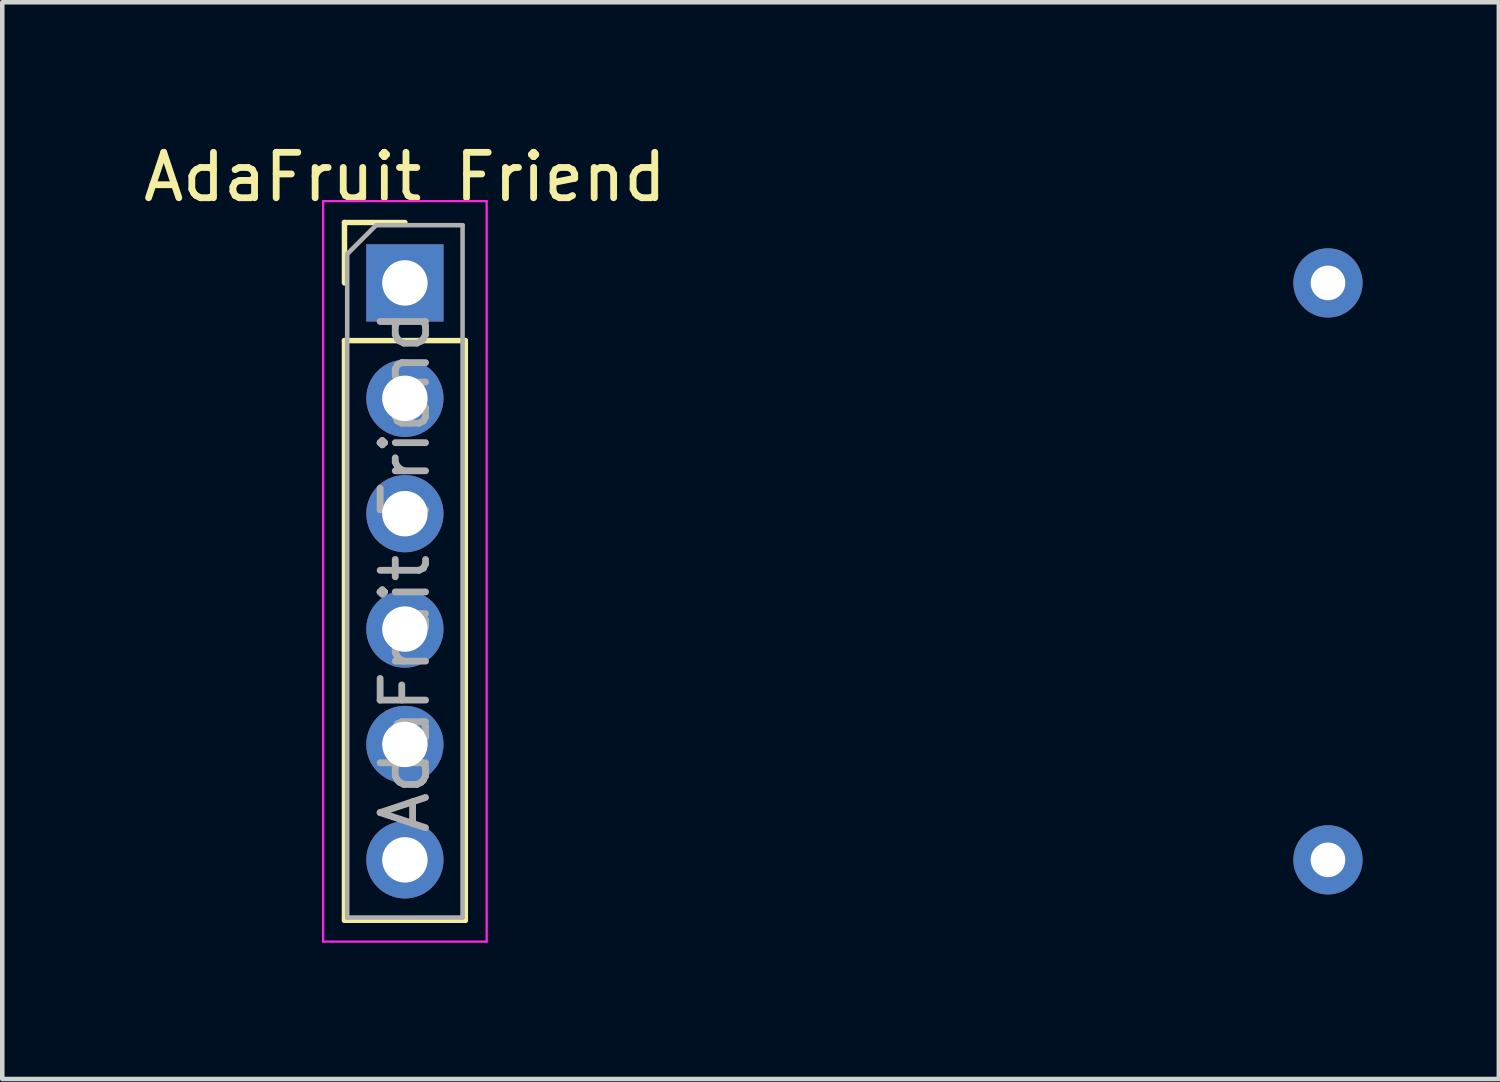
<source format=kicad_pcb>
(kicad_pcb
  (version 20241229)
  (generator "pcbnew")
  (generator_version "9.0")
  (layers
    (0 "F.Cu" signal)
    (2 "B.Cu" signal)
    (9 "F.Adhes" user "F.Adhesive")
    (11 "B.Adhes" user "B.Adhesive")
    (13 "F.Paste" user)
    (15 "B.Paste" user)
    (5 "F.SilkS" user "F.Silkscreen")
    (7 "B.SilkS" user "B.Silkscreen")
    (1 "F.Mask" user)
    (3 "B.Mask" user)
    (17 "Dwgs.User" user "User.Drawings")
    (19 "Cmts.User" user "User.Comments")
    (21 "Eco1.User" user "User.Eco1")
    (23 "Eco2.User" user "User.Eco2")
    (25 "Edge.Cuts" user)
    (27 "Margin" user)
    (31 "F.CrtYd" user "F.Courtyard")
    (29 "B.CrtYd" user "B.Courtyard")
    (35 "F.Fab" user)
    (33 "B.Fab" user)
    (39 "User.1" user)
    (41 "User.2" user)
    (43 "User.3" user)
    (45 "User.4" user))
  (footprint "AdaFruit Friend"
    (layer "F.Cu")
    (at 5.863 3.178)
    (property "Reference" "AdaFruit Friend" (at 0 -2.33 0) (layer "F.SilkS") (effects (font (size 1 1) (thickness 0.15))))
    (attr through_hole)
    (fp_line (start -1.33 -1.33) (end 0 -1.33) (stroke (width 0.12) (type solid)) (layer "F.SilkS"))
    (fp_line (start -1.33 0) (end -1.33 -1.33) (stroke (width 0.12) (type solid)) (layer "F.SilkS"))
    (fp_line (start -1.33 1.27) (end -1.33 14.03) (stroke (width 0.12) (type solid)) (layer "F.SilkS"))
    (fp_line (start -1.33 1.27) (end 1.33 1.27) (stroke (width 0.12) (type solid)) (layer "F.SilkS"))
    (fp_line (start -1.33 14.03) (end 1.33 14.03) (stroke (width 0.12) (type solid)) (layer "F.SilkS"))
    (fp_line (start 1.33 1.27) (end 1.33 14.03) (stroke (width 0.12) (type solid)) (layer "F.SilkS"))
    (fp_line (start -1.8 -1.8) (end -1.8 14.5) (stroke (width 0.05) (type solid)) (layer "F.CrtYd"))
    (fp_line (start -1.8 14.5) (end 1.8 14.5) (stroke (width 0.05) (type solid)) (layer "F.CrtYd"))
    (fp_line (start 1.8 -1.8) (end -1.8 -1.8) (stroke (width 0.05) (type solid)) (layer "F.CrtYd"))
    (fp_line (start 1.8 14.5) (end 1.8 -1.8) (stroke (width 0.05) (type solid)) (layer "F.CrtYd"))
    (fp_line (start -1.27 -0.635) (end -0.635 -1.27) (stroke (width 0.1) (type solid)) (layer "F.Fab"))
    (fp_line (start -1.27 13.97) (end -1.27 -0.635) (stroke (width 0.1) (type solid)) (layer "F.Fab"))
    (fp_line (start -0.635 -1.27) (end 1.27 -1.27) (stroke (width 0.1) (type solid)) (layer "F.Fab"))
    (fp_line (start 1.27 -1.27) (end 1.27 13.97) (stroke (width 0.1) (type solid)) (layer "F.Fab"))
    (fp_line (start 1.27 13.97) (end -1.27 13.97) (stroke (width 0.1) (type solid)) (layer "F.Fab"))
    (fp_text user "${REFERENCE}" (at 0 6.35 90) (layer "F.Fab") (effects (font (size 1 1) (thickness 0.15))))
    (pad "1" thru_hole rect (at 0 0) (size 1.7 1.7) (drill 1) (layers "*.Cu" "*.Mask"))
    (pad "2" thru_hole oval (at 0 2.54) (size 1.7 1.7) (drill 1) (layers "*.Cu" "*.Mask"))
    (pad "3" thru_hole oval (at 0 5.08) (size 1.7 1.7) (drill 1) (layers "*.Cu" "*.Mask"))
    (pad "4" thru_hole oval (at 0 7.62) (size 1.7 1.7) (drill 1) (layers "*.Cu" "*.Mask"))
    (pad "5" thru_hole oval (at 0 10.16) (size 1.7 1.7) (drill 1) (layers "*.Cu" "*.Mask"))
    (pad "6" thru_hole oval (at 0 12.7) (size 1.7 1.7) (drill 1) (layers "*.Cu" "*.Mask"))
    (pad "7" thru_hole circle (at 20.32 0) (size 1.524 1.524) (drill 0.762) (layers "*.Cu" "*.Mask"))
    (pad "8" thru_hole circle (at 20.32 12.7) (size 1.524 1.524) (drill 0.762) (layers "*.Cu" "*.Mask")))
  (gr_rect
    (start -3 -3)
    (end 29.945 20.703)
    (stroke (width 0.1) (type default))
    (fill no)
    (layer "Edge.Cuts")))
</source>
